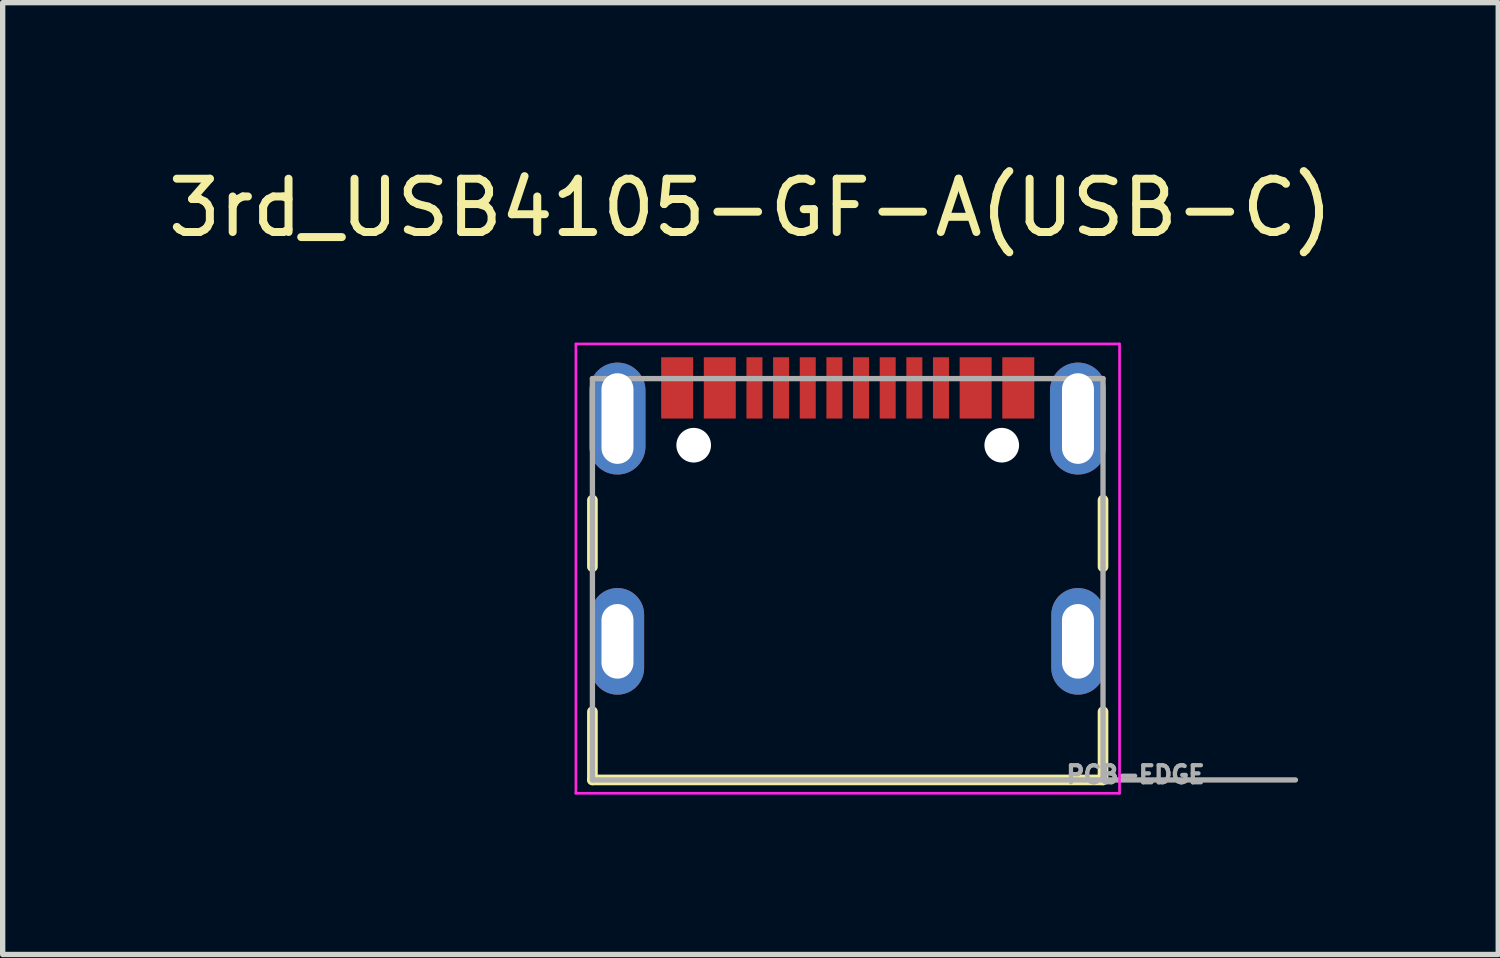
<source format=kicad_pcb>
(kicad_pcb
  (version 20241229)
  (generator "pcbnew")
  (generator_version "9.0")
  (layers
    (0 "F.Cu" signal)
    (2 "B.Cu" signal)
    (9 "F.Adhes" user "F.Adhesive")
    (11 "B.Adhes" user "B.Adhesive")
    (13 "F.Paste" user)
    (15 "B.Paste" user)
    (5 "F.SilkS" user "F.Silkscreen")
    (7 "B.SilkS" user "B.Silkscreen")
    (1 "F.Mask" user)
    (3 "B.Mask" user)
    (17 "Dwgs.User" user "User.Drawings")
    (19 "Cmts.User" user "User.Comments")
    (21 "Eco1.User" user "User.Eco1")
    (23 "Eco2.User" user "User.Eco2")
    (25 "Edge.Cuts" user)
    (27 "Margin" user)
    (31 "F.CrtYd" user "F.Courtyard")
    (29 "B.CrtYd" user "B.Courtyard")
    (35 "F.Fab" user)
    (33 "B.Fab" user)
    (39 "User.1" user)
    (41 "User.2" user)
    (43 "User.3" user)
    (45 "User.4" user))
  (footprint "3rd_USB4105-GF-A(USB-C)"
    (layer "F.Cu")
    (at 12.855 8.983)
    (property "Reference" "3rd_USB4105-GF-A(USB-C)" (at -1.825 -8.135 0) (layer "F.SilkS") (effects (font (size 1 1) (thickness 0.15))))
    (attr through_hole)
    (fp_line (start -4.79 -2.65) (end -4.79 -1.4) (stroke (width 0.2) (type solid)) (layer "F.SilkS"))
    (fp_line (start -4.79 1.32) (end -4.79 2.6) (stroke (width 0.2) (type solid)) (layer "F.SilkS"))
    (fp_line (start -4.79 2.6) (end 4.79 2.6) (stroke (width 0.2) (type solid)) (layer "F.SilkS"))
    (fp_line (start 4.79 -2.65) (end 4.79 -1.4) (stroke (width 0.2) (type solid)) (layer "F.SilkS"))
    (fp_line (start 4.79 2.6) (end 4.79 1.32) (stroke (width 0.2) (type solid)) (layer "F.SilkS"))
    (fp_line (start -5.1 -5.58) (end -5.1 2.85) (stroke (width 0.05) (type solid)) (layer "F.CrtYd"))
    (fp_line (start -5.1 2.85) (end 5.1 2.85) (stroke (width 0.05) (type solid)) (layer "F.CrtYd"))
    (fp_line (start 5.1 -5.58) (end -5.1 -5.58) (stroke (width 0.05) (type solid)) (layer "F.CrtYd"))
    (fp_line (start 5.1 2.85) (end 5.1 -5.58) (stroke (width 0.05) (type solid)) (layer "F.CrtYd"))
    (fp_line (start -4.79 -4.93) (end 4.79 -4.93) (stroke (width 0.1) (type solid)) (layer "F.Fab"))
    (fp_line (start -4.79 2.6) (end -4.79 -4.93) (stroke (width 0.1) (type solid)) (layer "F.Fab"))
    (fp_line (start 4.79 -4.93) (end 4.79 2.6) (stroke (width 0.1) (type solid)) (layer "F.Fab"))
    (fp_line (start 4.79 2.6) (end -4.79 2.6) (stroke (width 0.1) (type solid)) (layer "F.Fab"))
    (fp_line (start 4.8 2.6) (end 8.4 2.6) (stroke (width 0.1) (type solid)) (layer "F.Fab"))
    (fp_text user "PCB-EDGE" (at 5.4 2.5 0) (layer "F.Fab") (effects (font (size 0.32 0.32) (thickness 0.15))))
    (pad "" np_thru_hole circle (at -2.89 -3.68) (size 0.65 0.65) (drill 0.65) (layers "*.Cu" "*.Mask"))
    (pad "" np_thru_hole circle (at 2.89 -3.68) (size 0.65 0.65) (drill 0.65) (layers "*.Cu" "*.Mask"))
    (pad "A1_B12" smd rect (at -3.2 -4.755) (size 0.6 1.15) (layers "F.Cu" "F.Mask" "F.Paste"))
    (pad "A4_B9" smd rect (at -2.4 -4.755) (size 0.6 1.15) (layers "F.Cu" "F.Mask" "F.Paste"))
    (pad "A5" smd rect (at -1.25 -4.755) (size 0.3 1.15) (layers "F.Cu" "F.Mask" "F.Paste"))
    (pad "A6" smd rect (at -0.25 -4.755) (size 0.3 1.15) (layers "F.Cu" "F.Mask" "F.Paste"))
    (pad "A7" smd rect (at 0.25 -4.755) (size 0.3 1.15) (layers "F.Cu" "F.Mask" "F.Paste"))
    (pad "A8" smd rect (at 1.25 -4.755) (size 0.3 1.15) (layers "F.Cu" "F.Mask" "F.Paste"))
    (pad "B1_A12" smd rect (at 3.2 -4.755) (size 0.6 1.15) (layers "F.Cu" "F.Mask" "F.Paste"))
    (pad "B4_A9" smd rect (at 2.4 -4.755) (size 0.6 1.15) (layers "F.Cu" "F.Mask" "F.Paste"))
    (pad "B5" smd rect (at 1.75 -4.755) (size 0.3 1.15) (layers "F.Cu" "F.Mask" "F.Paste"))
    (pad "B6" smd rect (at 0.75 -4.755) (size 0.3 1.15) (layers "F.Cu" "F.Mask" "F.Paste"))
    (pad "B7" smd rect (at -0.75 -4.755) (size 0.3 1.15) (layers "F.Cu" "F.Mask" "F.Paste"))
    (pad "B8" smd rect (at -1.75 -4.755) (size 0.3 1.15) (layers "F.Cu" "F.Mask" "F.Paste"))
    (pad "S1" thru_hole oval (at -4.32 -4.18) (size 1.05 2.1) (drill oval 0.6 1.7) (layers "*.Cu" "*.Mask"))
    (pad "S2" thru_hole oval (at -4.32 0) (size 1 2) (drill oval 0.6 1.4) (layers "*.Cu" "*.Mask"))
    (pad "S3" thru_hole oval (at 4.32 0) (size 1 2) (drill oval 0.6 1.4) (layers "*.Cu" "*.Mask"))
    (pad "S4" thru_hole oval (at 4.32 -4.18) (size 1.05 2.1) (drill oval 0.6 1.7) (layers "*.Cu" "*.Mask")))
  (gr_rect
    (start -3 -3)
    (end 25.06 14.858)
    (stroke (width 0.1) (type default))
    (fill no)
    (layer "Edge.Cuts")))
</source>
